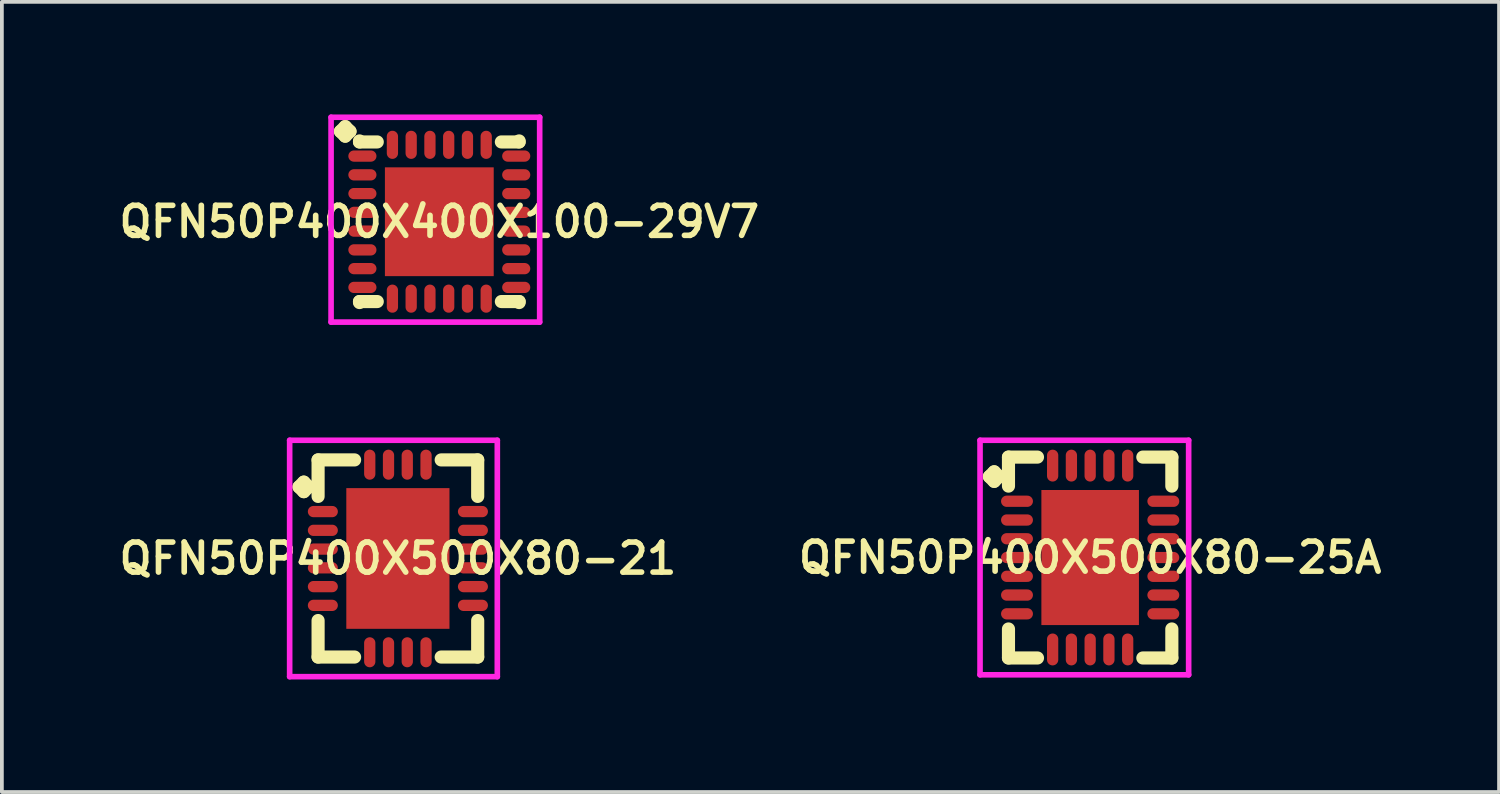
<source format=kicad_pcb>
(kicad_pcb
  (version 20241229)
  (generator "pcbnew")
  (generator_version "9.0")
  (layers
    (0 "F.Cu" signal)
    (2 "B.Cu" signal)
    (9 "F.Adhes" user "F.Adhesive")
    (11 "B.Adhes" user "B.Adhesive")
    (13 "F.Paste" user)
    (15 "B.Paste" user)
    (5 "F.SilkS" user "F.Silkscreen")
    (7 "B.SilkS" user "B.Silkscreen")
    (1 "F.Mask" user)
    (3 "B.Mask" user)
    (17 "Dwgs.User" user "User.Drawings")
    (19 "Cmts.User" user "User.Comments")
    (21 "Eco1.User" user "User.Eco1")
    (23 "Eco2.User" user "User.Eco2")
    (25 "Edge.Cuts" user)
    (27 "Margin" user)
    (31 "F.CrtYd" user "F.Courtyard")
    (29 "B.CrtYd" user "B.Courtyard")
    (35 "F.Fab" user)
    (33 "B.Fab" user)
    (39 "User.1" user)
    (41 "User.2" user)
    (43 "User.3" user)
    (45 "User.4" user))
  (footprint "QFN50P400X500X80-25A"
    (layer "F.Cu")
    (at 26.006 11.81)
    (property "Reference" "QFN50P400X500X80-25A" (at 0 0 0) (layer "F.SilkS") (effects (font (size 0.8 0.8) (thickness 0.15))))
    (attr smd)
    (fp_line (start -2.685 -2.158) (end -2.558 -2.285) (stroke (width 0.35) (type solid)) (layer "F.SilkS"))
    (fp_line (start -2.558 -2.285) (end -2.431 -2.158) (stroke (width 0.35) (type solid)) (layer "F.SilkS"))
    (fp_line (start -2.558 -2.031) (end -2.685 -2.158) (stroke (width 0.35) (type solid)) (layer "F.SilkS"))
    (fp_line (start -2.431 -2.158) (end -2.558 -2.031) (stroke (width 0.35) (type solid)) (layer "F.SilkS"))
    (fp_line (start -2.177 -2.677) (end -1.404 -2.677) (stroke (width 0.35) (type solid)) (layer "F.SilkS"))
    (fp_line (start -2.177 -1.904) (end -2.177 -2.677) (stroke (width 0.35) (type solid)) (layer "F.SilkS"))
    (fp_line (start -2.177 1.904) (end -2.177 2.677) (stroke (width 0.35) (type solid)) (layer "F.SilkS"))
    (fp_line (start -2.177 2.677) (end -1.404 2.677) (stroke (width 0.35) (type solid)) (layer "F.SilkS"))
    (fp_line (start 1.404 -2.677) (end 2.177 -2.677) (stroke (width 0.35) (type solid)) (layer "F.SilkS"))
    (fp_line (start 1.404 2.677) (end 2.177 2.677) (stroke (width 0.35) (type solid)) (layer "F.SilkS"))
    (fp_line (start 2.177 -2.677) (end 2.177 -1.904) (stroke (width 0.35) (type solid)) (layer "F.SilkS"))
    (fp_line (start 2.177 2.677) (end 2.177 1.904) (stroke (width 0.35) (type solid)) (layer "F.SilkS"))
    (fp_line (start -2.935 -3.125) (end 2.625 -3.125) (stroke (width 0.15) (type solid)) (layer "F.CrtYd"))
    (fp_line (start -2.935 3.125) (end -2.935 -3.125) (stroke (width 0.15) (type solid)) (layer "F.CrtYd"))
    (fp_line (start 2.625 -3.125) (end 2.625 3.125) (stroke (width 0.15) (type solid)) (layer "F.CrtYd"))
    (fp_line (start 2.625 3.125) (end -2.935 3.125) (stroke (width 0.15) (type solid)) (layer "F.CrtYd"))
    (pad "1" smd oval (at -1.95 -1.5) (size 0.85 0.3) (layers "F.Cu" "F.Mask" "F.Paste"))
    (pad "2" smd oval (at -1.95 -1) (size 0.85 0.3) (layers "F.Cu" "F.Mask" "F.Paste"))
    (pad "3" smd oval (at -1.95 -0.5) (size 0.85 0.3) (layers "F.Cu" "F.Mask" "F.Paste"))
    (pad "4" smd oval (at -1.95 0) (size 0.85 0.3) (layers "F.Cu" "F.Mask" "F.Paste"))
    (pad "5" smd oval (at -1.95 0.5) (size 0.85 0.3) (layers "F.Cu" "F.Mask" "F.Paste"))
    (pad "6" smd oval (at -1.95 1) (size 0.85 0.3) (layers "F.Cu" "F.Mask" "F.Paste"))
    (pad "7" smd oval (at -1.95 1.5) (size 0.85 0.3) (layers "F.Cu" "F.Mask" "F.Paste"))
    (pad "8" smd oval (at -1 2.45) (size 0.3 0.85) (layers "F.Cu" "F.Mask" "F.Paste"))
    (pad "9" smd oval (at -0.5 2.45) (size 0.3 0.85) (layers "F.Cu" "F.Mask" "F.Paste"))
    (pad "10" smd oval (at 0 2.45) (size 0.3 0.85) (layers "F.Cu" "F.Mask" "F.Paste"))
    (pad "11" smd oval (at 0.5 2.45) (size 0.3 0.85) (layers "F.Cu" "F.Mask" "F.Paste"))
    (pad "12" smd oval (at 1 2.45) (size 0.3 0.85) (layers "F.Cu" "F.Mask" "F.Paste"))
    (pad "13" smd oval (at 1.95 1.5) (size 0.85 0.3) (layers "F.Cu" "F.Mask" "F.Paste"))
    (pad "14" smd oval (at 1.95 1) (size 0.85 0.3) (layers "F.Cu" "F.Mask" "F.Paste"))
    (pad "15" smd oval (at 1.95 0.5) (size 0.85 0.3) (layers "F.Cu" "F.Mask" "F.Paste"))
    (pad "16" smd oval (at 1.95 0) (size 0.85 0.3) (layers "F.Cu" "F.Mask" "F.Paste"))
    (pad "17" smd oval (at 1.95 -0.5) (size 0.85 0.3) (layers "F.Cu" "F.Mask" "F.Paste"))
    (pad "18" smd oval (at 1.95 -1) (size 0.85 0.3) (layers "F.Cu" "F.Mask" "F.Paste"))
    (pad "19" smd oval (at 1.95 -1.5) (size 0.85 0.3) (layers "F.Cu" "F.Mask" "F.Paste"))
    (pad "20" smd oval (at 1 -2.45) (size 0.3 0.85) (layers "F.Cu" "F.Mask" "F.Paste"))
    (pad "21" smd oval (at 0.5 -2.45) (size 0.3 0.85) (layers "F.Cu" "F.Mask" "F.Paste"))
    (pad "22" smd oval (at 0 -2.45) (size 0.3 0.85) (layers "F.Cu" "F.Mask" "F.Paste"))
    (pad "23" smd oval (at -0.5 -2.45) (size 0.3 0.85) (layers "F.Cu" "F.Mask" "F.Paste"))
    (pad "24" smd oval (at -1 -2.45) (size 0.3 0.85) (layers "F.Cu" "F.Mask" "F.Paste"))
    (pad "25" smd rect (at 0 0) (size 2.6 3.6) (layers "F.Cu" "F.Mask" "F.Paste")))
  (footprint "QFN50P400X400X100-29V7"
    (layer "F.Cu")
    (at 8.659 2.86)
    (property "Reference" "QFN50P400X400X100-29V7" (at 0 0 0) (layer "F.SilkS") (effects (font (size 0.8 0.8) (thickness 0.15))))
    (attr smd)
    (fp_line (start -2.635 -2.408) (end -2.508 -2.535) (stroke (width 0.35) (type solid)) (layer "F.SilkS"))
    (fp_line (start -2.508 -2.535) (end -2.381 -2.408) (stroke (width 0.35) (type solid)) (layer "F.SilkS"))
    (fp_line (start -2.508 -2.281) (end -2.635 -2.408) (stroke (width 0.35) (type solid)) (layer "F.SilkS"))
    (fp_line (start -2.381 -2.408) (end -2.508 -2.281) (stroke (width 0.35) (type solid)) (layer "F.SilkS"))
    (fp_line (start -2.127 -2.154) (end -2.127 -2.127) (stroke (width 0.35) (type solid)) (layer "F.SilkS"))
    (fp_line (start -2.127 -2.127) (end -1.654 -2.127) (stroke (width 0.35) (type solid)) (layer "F.SilkS"))
    (fp_line (start -2.127 2.127) (end -1.654 2.127) (stroke (width 0.35) (type solid)) (layer "F.SilkS"))
    (fp_line (start -2.127 2.154) (end -2.127 2.127) (stroke (width 0.35) (type solid)) (layer "F.SilkS"))
    (fp_line (start 1.654 -2.127) (end 2.127 -2.127) (stroke (width 0.35) (type solid)) (layer "F.SilkS"))
    (fp_line (start 1.654 2.127) (end 2.127 2.127) (stroke (width 0.35) (type solid)) (layer "F.SilkS"))
    (fp_line (start 2.127 -2.127) (end 2.127 -2.154) (stroke (width 0.35) (type solid)) (layer "F.SilkS"))
    (fp_line (start 2.127 2.127) (end 2.127 2.154) (stroke (width 0.35) (type solid)) (layer "F.SilkS"))
    (fp_line (start -2.885 -2.785) (end 2.675 -2.785) (stroke (width 0.15) (type solid)) (layer "F.CrtYd"))
    (fp_line (start -2.885 2.675) (end -2.885 -2.785) (stroke (width 0.15) (type solid)) (layer "F.CrtYd"))
    (fp_line (start 2.675 -2.785) (end 2.675 2.675) (stroke (width 0.15) (type solid)) (layer "F.CrtYd"))
    (fp_line (start 2.675 2.675) (end -2.885 2.675) (stroke (width 0.15) (type solid)) (layer "F.CrtYd"))
    (pad "1" smd oval (at -2.05 -1.75) (size 0.75 0.3) (layers "F.Cu" "F.Mask" "F.Paste"))
    (pad "2" smd oval (at -2.05 -1.25) (size 0.75 0.3) (layers "F.Cu" "F.Mask" "F.Paste"))
    (pad "3" smd oval (at -2.05 -0.75) (size 0.75 0.3) (layers "F.Cu" "F.Mask" "F.Paste"))
    (pad "4" smd oval (at -2.05 -0.25) (size 0.75 0.3) (layers "F.Cu" "F.Mask" "F.Paste"))
    (pad "5" smd oval (at -2.05 0.25) (size 0.75 0.3) (layers "F.Cu" "F.Mask" "F.Paste"))
    (pad "6" smd oval (at -2.05 0.75) (size 0.75 0.3) (layers "F.Cu" "F.Mask" "F.Paste"))
    (pad "7" smd oval (at -2.05 1.25) (size 0.75 0.3) (layers "F.Cu" "F.Mask" "F.Paste"))
    (pad "8" smd oval (at -2.05 1.75) (size 0.75 0.3) (layers "F.Cu" "F.Mask" "F.Paste"))
    (pad "9" smd oval (at -1.25 2.05) (size 0.3 0.75) (layers "F.Cu" "F.Mask" "F.Paste"))
    (pad "10" smd oval (at -0.75 2.05) (size 0.3 0.75) (layers "F.Cu" "F.Mask" "F.Paste"))
    (pad "11" smd oval (at -0.25 2.05) (size 0.3 0.75) (layers "F.Cu" "F.Mask" "F.Paste"))
    (pad "12" smd oval (at 0.25 2.05) (size 0.3 0.75) (layers "F.Cu" "F.Mask" "F.Paste"))
    (pad "13" smd oval (at 0.75 2.05) (size 0.3 0.75) (layers "F.Cu" "F.Mask" "F.Paste"))
    (pad "14" smd oval (at 1.25 2.05) (size 0.3 0.75) (layers "F.Cu" "F.Mask" "F.Paste"))
    (pad "15" smd oval (at 2.05 1.75) (size 0.75 0.3) (layers "F.Cu" "F.Mask" "F.Paste"))
    (pad "16" smd oval (at 2.05 1.25) (size 0.75 0.3) (layers "F.Cu" "F.Mask" "F.Paste"))
    (pad "17" smd oval (at 2.05 0.75) (size 0.75 0.3) (layers "F.Cu" "F.Mask" "F.Paste"))
    (pad "18" smd oval (at 2.05 0.25) (size 0.75 0.3) (layers "F.Cu" "F.Mask" "F.Paste"))
    (pad "19" smd oval (at 2.05 -0.25) (size 0.75 0.3) (layers "F.Cu" "F.Mask" "F.Paste"))
    (pad "20" smd oval (at 2.05 -0.75) (size 0.75 0.3) (layers "F.Cu" "F.Mask" "F.Paste"))
    (pad "21" smd oval (at 2.05 -1.25) (size 0.75 0.3) (layers "F.Cu" "F.Mask" "F.Paste"))
    (pad "22" smd oval (at 2.05 -1.75) (size 0.75 0.3) (layers "F.Cu" "F.Mask" "F.Paste"))
    (pad "23" smd oval (at 1.25 -2.05) (size 0.3 0.75) (layers "F.Cu" "F.Mask" "F.Paste"))
    (pad "24" smd oval (at 0.75 -2.05) (size 0.3 0.75) (layers "F.Cu" "F.Mask" "F.Paste"))
    (pad "25" smd oval (at 0.25 -2.05) (size 0.3 0.75) (layers "F.Cu" "F.Mask" "F.Paste"))
    (pad "26" smd oval (at -0.25 -2.05) (size 0.3 0.75) (layers "F.Cu" "F.Mask" "F.Paste"))
    (pad "27" smd oval (at -0.75 -2.05) (size 0.3 0.75) (layers "F.Cu" "F.Mask" "F.Paste"))
    (pad "28" smd oval (at -1.25 -2.05) (size 0.3 0.75) (layers "F.Cu" "F.Mask" "F.Paste"))
    (pad "29" smd rect (at 0 0) (size 2.9 2.9) (layers "F.Cu" "F.Mask" "F.Paste")))
  (footprint "QFN50P400X500X80-21"
    (layer "F.Cu")
    (at 7.555 11.835)
    (property "Reference" "QFN50P400X500X80-21" (at 0 0 0) (layer "F.SilkS") (effects (font (size 0.8 0.8) (thickness 0.15))))
    (attr smd)
    (fp_line (start -2.635 -1.908) (end -2.508 -2.035) (stroke (width 0.35) (type solid)) (layer "F.SilkS"))
    (fp_line (start -2.508 -2.035) (end -2.381 -1.908) (stroke (width 0.35) (type solid)) (layer "F.SilkS"))
    (fp_line (start -2.508 -1.781) (end -2.635 -1.908) (stroke (width 0.35) (type solid)) (layer "F.SilkS"))
    (fp_line (start -2.381 -1.908) (end -2.508 -1.781) (stroke (width 0.35) (type solid)) (layer "F.SilkS"))
    (fp_line (start -2.127 -2.627) (end -1.154 -2.627) (stroke (width 0.35) (type solid)) (layer "F.SilkS"))
    (fp_line (start -2.127 -1.654) (end -2.127 -2.627) (stroke (width 0.35) (type solid)) (layer "F.SilkS"))
    (fp_line (start -2.127 1.654) (end -2.127 2.627) (stroke (width 0.35) (type solid)) (layer "F.SilkS"))
    (fp_line (start -2.127 2.627) (end -1.154 2.627) (stroke (width 0.35) (type solid)) (layer "F.SilkS"))
    (fp_line (start 1.154 -2.627) (end 2.127 -2.627) (stroke (width 0.35) (type solid)) (layer "F.SilkS"))
    (fp_line (start 1.154 2.627) (end 2.127 2.627) (stroke (width 0.35) (type solid)) (layer "F.SilkS"))
    (fp_line (start 2.127 -2.627) (end 2.127 -1.654) (stroke (width 0.35) (type solid)) (layer "F.SilkS"))
    (fp_line (start 2.127 2.627) (end 2.127 1.654) (stroke (width 0.35) (type solid)) (layer "F.SilkS"))
    (fp_line (start -2.885 -3.15) (end 2.65 -3.15) (stroke (width 0.15) (type solid)) (layer "F.CrtYd"))
    (fp_line (start -2.885 3.15) (end -2.885 -3.15) (stroke (width 0.15) (type solid)) (layer "F.CrtYd"))
    (fp_line (start 2.65 -3.15) (end 2.65 3.15) (stroke (width 0.15) (type solid)) (layer "F.CrtYd"))
    (fp_line (start 2.65 3.15) (end -2.885 3.15) (stroke (width 0.15) (type solid)) (layer "F.CrtYd"))
    (pad "1" smd oval (at -2 -1.25) (size 0.8 0.3) (layers "F.Cu" "F.Mask" "F.Paste"))
    (pad "2" smd oval (at -2 -0.75) (size 0.8 0.3) (layers "F.Cu" "F.Mask" "F.Paste"))
    (pad "3" smd oval (at -2 -0.25) (size 0.8 0.3) (layers "F.Cu" "F.Mask" "F.Paste"))
    (pad "4" smd oval (at -2 0.25) (size 0.8 0.3) (layers "F.Cu" "F.Mask" "F.Paste"))
    (pad "5" smd oval (at -2 0.75) (size 0.8 0.3) (layers "F.Cu" "F.Mask" "F.Paste"))
    (pad "6" smd oval (at -2 1.25) (size 0.8 0.3) (layers "F.Cu" "F.Mask" "F.Paste"))
    (pad "7" smd oval (at -0.75 2.5) (size 0.3 0.8) (layers "F.Cu" "F.Mask" "F.Paste"))
    (pad "8" smd oval (at -0.25 2.5) (size 0.3 0.8) (layers "F.Cu" "F.Mask" "F.Paste"))
    (pad "9" smd oval (at 0.25 2.5) (size 0.3 0.8) (layers "F.Cu" "F.Mask" "F.Paste"))
    (pad "10" smd oval (at 0.75 2.5) (size 0.3 0.8) (layers "F.Cu" "F.Mask" "F.Paste"))
    (pad "11" smd oval (at 2 1.25) (size 0.8 0.3) (layers "F.Cu" "F.Mask" "F.Paste"))
    (pad "12" smd oval (at 2 0.75) (size 0.8 0.3) (layers "F.Cu" "F.Mask" "F.Paste"))
    (pad "13" smd oval (at 2 0.25) (size 0.8 0.3) (layers "F.Cu" "F.Mask" "F.Paste"))
    (pad "14" smd oval (at 2 -0.25) (size 0.8 0.3) (layers "F.Cu" "F.Mask" "F.Paste"))
    (pad "15" smd oval (at 2 -0.75) (size 0.8 0.3) (layers "F.Cu" "F.Mask" "F.Paste"))
    (pad "16" smd oval (at 2 -1.25) (size 0.8 0.3) (layers "F.Cu" "F.Mask" "F.Paste"))
    (pad "17" smd oval (at 0.75 -2.5) (size 0.3 0.8) (layers "F.Cu" "F.Mask" "F.Paste"))
    (pad "18" smd oval (at 0.25 -2.5) (size 0.3 0.8) (layers "F.Cu" "F.Mask" "F.Paste"))
    (pad "19" smd oval (at -0.25 -2.5) (size 0.3 0.8) (layers "F.Cu" "F.Mask" "F.Paste"))
    (pad "20" smd oval (at -0.75 -2.5) (size 0.3 0.8) (layers "F.Cu" "F.Mask" "F.Paste"))
    (pad "21" smd rect (at 0 0) (size 2.75 3.75) (layers "F.Cu" "F.Mask" "F.Paste")))
  (gr_rect
    (start -3 -3)
    (end 36.904 18.06)
    (stroke (width 0.1) (type default))
    (fill no)
    (layer "Edge.Cuts")))
</source>
